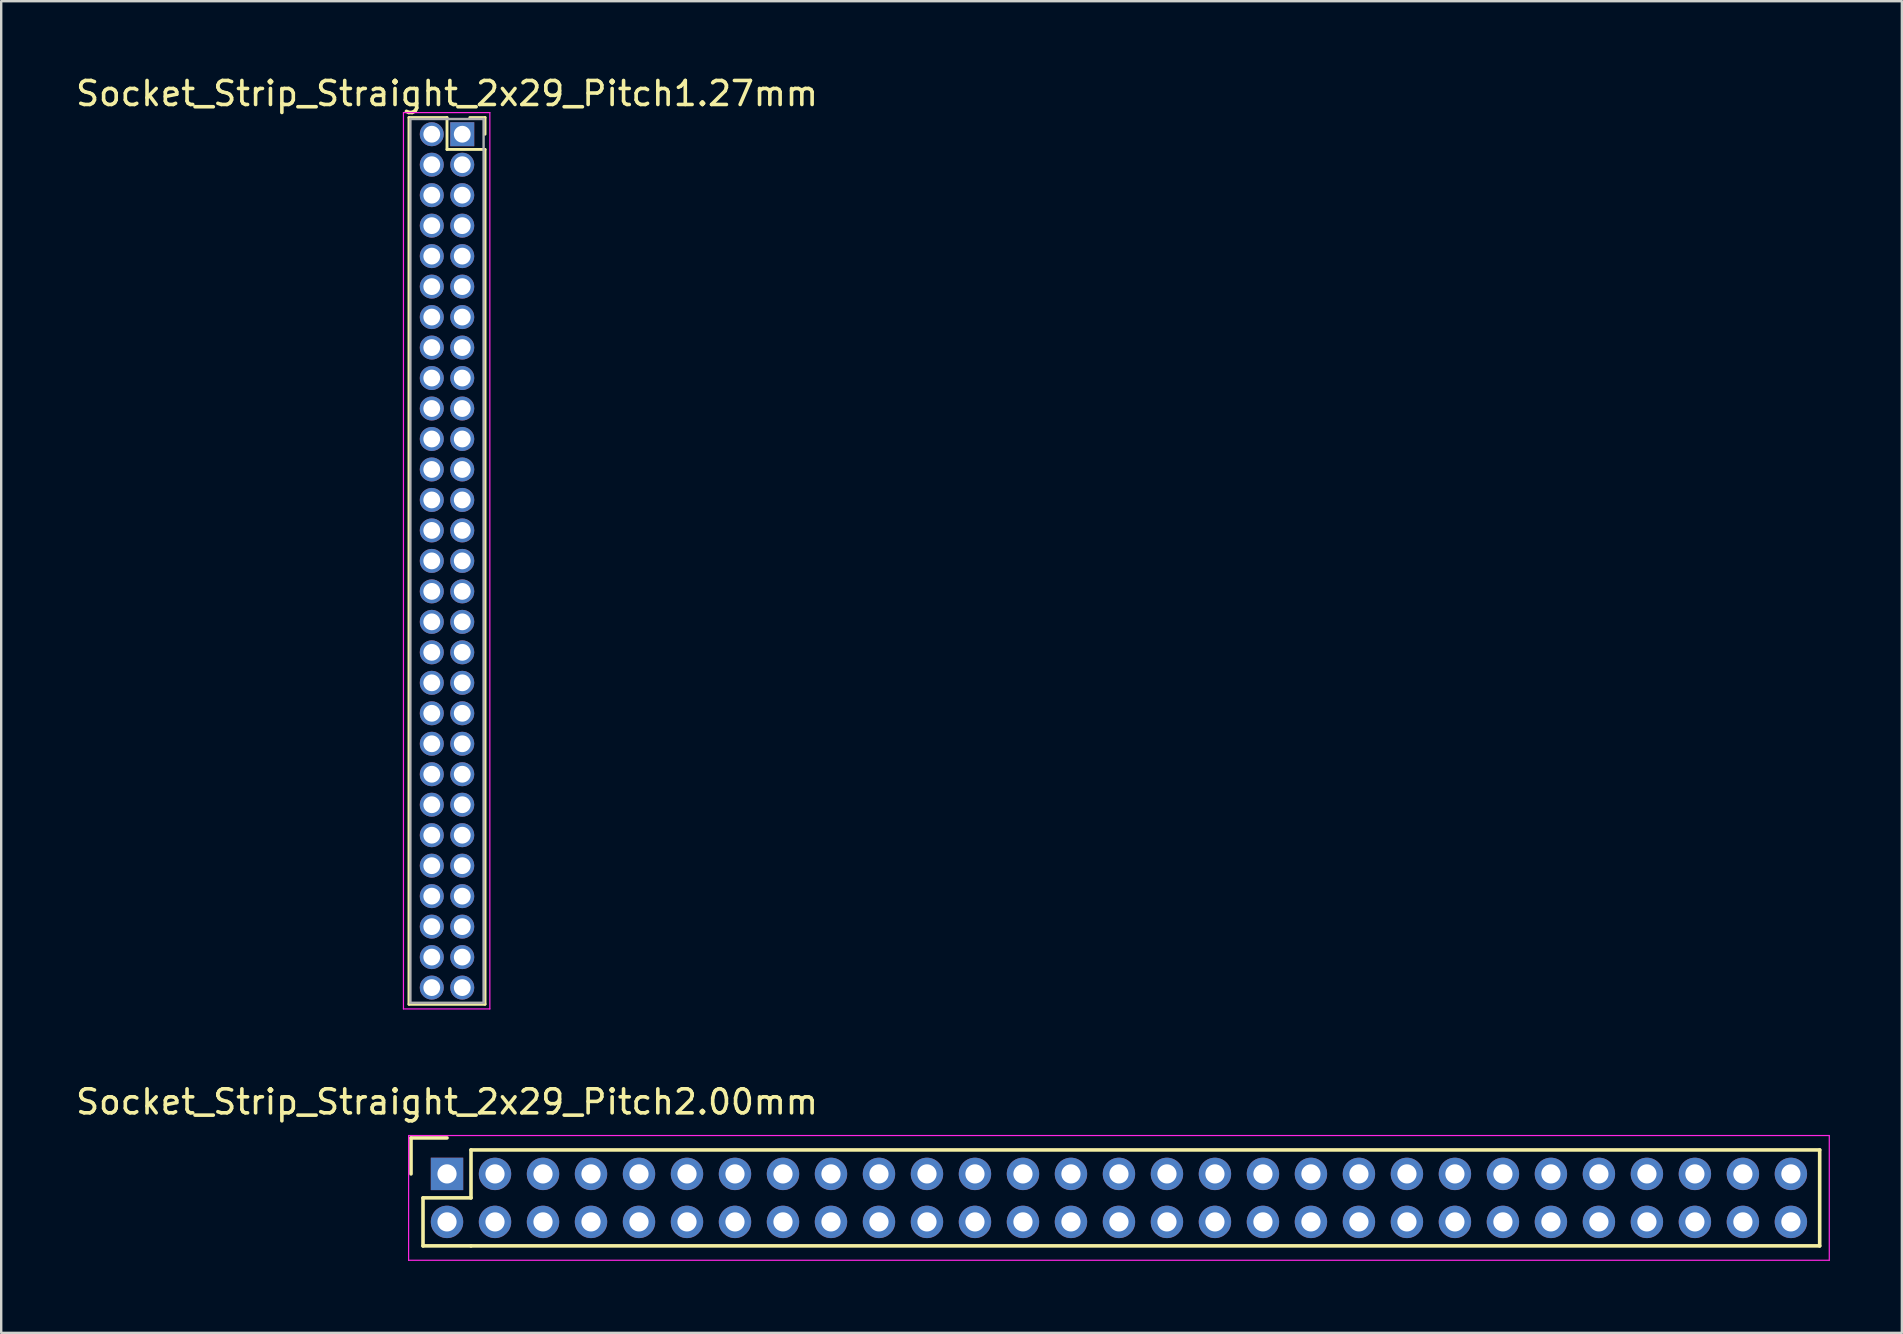
<source format=kicad_pcb>
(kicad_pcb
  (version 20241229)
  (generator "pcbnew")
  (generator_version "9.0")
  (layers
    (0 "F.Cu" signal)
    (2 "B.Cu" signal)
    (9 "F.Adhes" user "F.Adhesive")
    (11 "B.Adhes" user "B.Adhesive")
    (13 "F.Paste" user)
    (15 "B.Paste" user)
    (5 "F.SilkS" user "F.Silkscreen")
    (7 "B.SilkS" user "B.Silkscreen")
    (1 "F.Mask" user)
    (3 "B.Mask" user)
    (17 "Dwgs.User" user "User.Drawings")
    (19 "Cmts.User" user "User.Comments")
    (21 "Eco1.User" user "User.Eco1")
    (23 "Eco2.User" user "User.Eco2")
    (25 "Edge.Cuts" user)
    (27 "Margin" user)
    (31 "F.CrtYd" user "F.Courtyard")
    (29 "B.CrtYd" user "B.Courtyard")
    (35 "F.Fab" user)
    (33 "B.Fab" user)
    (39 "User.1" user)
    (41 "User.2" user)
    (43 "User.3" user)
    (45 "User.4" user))
  (footprint "Socket_Strip_Straight_2x29_Pitch2.00mm"
    (layer "F.Cu")
    (at 15.577 45.867)
    (property "Reference" "Socket_Strip_Straight_2x29_Pitch2.00mm" (at 0 -3 0) (layer "F.SilkS") (effects (font (size 1 1) (thickness 0.15))))
    (attr through_hole)
    (fp_line (start -1.5 -1.5) (end -1.5 0) (stroke (width 0.15) (type solid)) (layer "F.SilkS"))
    (fp_line (start -1 1) (end -1 3) (stroke (width 0.15) (type solid)) (layer "F.SilkS"))
    (fp_line (start -1 3) (end 1 3) (stroke (width 0.15) (type solid)) (layer "F.SilkS"))
    (fp_line (start 0 -1.5) (end -1.5 -1.5) (stroke (width 0.15) (type solid)) (layer "F.SilkS"))
    (fp_line (start 1 -1) (end 1 1) (stroke (width 0.15) (type solid)) (layer "F.SilkS"))
    (fp_line (start 1 1) (end -1 1) (stroke (width 0.15) (type solid)) (layer "F.SilkS"))
    (fp_line (start 1 3) (end 57.2 3) (stroke (width 0.15) (type solid)) (layer "F.SilkS"))
    (fp_line (start 57.2 -1) (end 1 -1) (stroke (width 0.15) (type solid)) (layer "F.SilkS"))
    (fp_line (start 57.2 3) (end 57.2 -1) (stroke (width 0.15) (type solid)) (layer "F.SilkS"))
    (fp_line (start -1.6 -1.6) (end -1.6 3.6) (stroke (width 0.05) (type solid)) (layer "F.CrtYd"))
    (fp_line (start -1.6 3.6) (end 57.6 3.6) (stroke (width 0.05) (type solid)) (layer "F.CrtYd"))
    (fp_line (start 57.6 -1.6) (end -1.6 -1.6) (stroke (width 0.05) (type solid)) (layer "F.CrtYd"))
    (fp_line (start 57.6 3.6) (end 57.6 -1.6) (stroke (width 0.05) (type solid)) (layer "F.CrtYd"))
    (pad "1" thru_hole rect (at 0 0) (size 1.35 1.35) (drill 0.8) (layers "*.Cu" "*.Mask"))
    (pad "2" thru_hole circle (at 0 2) (size 1.35 1.35) (drill 0.8) (layers "*.Cu" "*.Mask"))
    (pad "3" thru_hole circle (at 2 0) (size 1.35 1.35) (drill 0.8) (layers "*.Cu" "*.Mask"))
    (pad "4" thru_hole circle (at 2 2) (size 1.35 1.35) (drill 0.8) (layers "*.Cu" "*.Mask"))
    (pad "5" thru_hole circle (at 4 0) (size 1.35 1.35) (drill 0.8) (layers "*.Cu" "*.Mask"))
    (pad "6" thru_hole circle (at 4 2) (size 1.35 1.35) (drill 0.8) (layers "*.Cu" "*.Mask"))
    (pad "7" thru_hole circle (at 6 0) (size 1.35 1.35) (drill 0.8) (layers "*.Cu" "*.Mask"))
    (pad "8" thru_hole circle (at 6 2) (size 1.35 1.35) (drill 0.8) (layers "*.Cu" "*.Mask"))
    (pad "9" thru_hole circle (at 8 0) (size 1.35 1.35) (drill 0.8) (layers "*.Cu" "*.Mask"))
    (pad "10" thru_hole circle (at 8 2) (size 1.35 1.35) (drill 0.8) (layers "*.Cu" "*.Mask"))
    (pad "11" thru_hole circle (at 10 0) (size 1.35 1.35) (drill 0.8) (layers "*.Cu" "*.Mask"))
    (pad "12" thru_hole circle (at 10 2) (size 1.35 1.35) (drill 0.8) (layers "*.Cu" "*.Mask"))
    (pad "13" thru_hole circle (at 12 0) (size 1.35 1.35) (drill 0.8) (layers "*.Cu" "*.Mask"))
    (pad "14" thru_hole circle (at 12 2) (size 1.35 1.35) (drill 0.8) (layers "*.Cu" "*.Mask"))
    (pad "15" thru_hole circle (at 14 0) (size 1.35 1.35) (drill 0.8) (layers "*.Cu" "*.Mask"))
    (pad "16" thru_hole circle (at 14 2) (size 1.35 1.35) (drill 0.8) (layers "*.Cu" "*.Mask"))
    (pad "17" thru_hole circle (at 16 0) (size 1.35 1.35) (drill 0.8) (layers "*.Cu" "*.Mask"))
    (pad "18" thru_hole circle (at 16 2) (size 1.35 1.35) (drill 0.8) (layers "*.Cu" "*.Mask"))
    (pad "19" thru_hole circle (at 18 0) (size 1.35 1.35) (drill 0.8) (layers "*.Cu" "*.Mask"))
    (pad "20" thru_hole circle (at 18 2) (size 1.35 1.35) (drill 0.8) (layers "*.Cu" "*.Mask"))
    (pad "21" thru_hole circle (at 20 0) (size 1.35 1.35) (drill 0.8) (layers "*.Cu" "*.Mask"))
    (pad "22" thru_hole circle (at 20 2) (size 1.35 1.35) (drill 0.8) (layers "*.Cu" "*.Mask"))
    (pad "23" thru_hole circle (at 22 0) (size 1.35 1.35) (drill 0.8) (layers "*.Cu" "*.Mask"))
    (pad "24" thru_hole circle (at 22 2) (size 1.35 1.35) (drill 0.8) (layers "*.Cu" "*.Mask"))
    (pad "25" thru_hole circle (at 24 0) (size 1.35 1.35) (drill 0.8) (layers "*.Cu" "*.Mask"))
    (pad "26" thru_hole circle (at 24 2) (size 1.35 1.35) (drill 0.8) (layers "*.Cu" "*.Mask"))
    (pad "27" thru_hole circle (at 26 0) (size 1.35 1.35) (drill 0.8) (layers "*.Cu" "*.Mask"))
    (pad "28" thru_hole circle (at 26 2) (size 1.35 1.35) (drill 0.8) (layers "*.Cu" "*.Mask"))
    (pad "29" thru_hole circle (at 28 0) (size 1.35 1.35) (drill 0.8) (layers "*.Cu" "*.Mask"))
    (pad "30" thru_hole circle (at 28 2) (size 1.35 1.35) (drill 0.8) (layers "*.Cu" "*.Mask"))
    (pad "31" thru_hole circle (at 30 0) (size 1.35 1.35) (drill 0.8) (layers "*.Cu" "*.Mask"))
    (pad "32" thru_hole circle (at 30 2) (size 1.35 1.35) (drill 0.8) (layers "*.Cu" "*.Mask"))
    (pad "33" thru_hole circle (at 32 0) (size 1.35 1.35) (drill 0.8) (layers "*.Cu" "*.Mask"))
    (pad "34" thru_hole circle (at 32 2) (size 1.35 1.35) (drill 0.8) (layers "*.Cu" "*.Mask"))
    (pad "35" thru_hole circle (at 34 0) (size 1.35 1.35) (drill 0.8) (layers "*.Cu" "*.Mask"))
    (pad "36" thru_hole circle (at 34 2) (size 1.35 1.35) (drill 0.8) (layers "*.Cu" "*.Mask"))
    (pad "37" thru_hole circle (at 36 0) (size 1.35 1.35) (drill 0.8) (layers "*.Cu" "*.Mask"))
    (pad "38" thru_hole circle (at 36 2) (size 1.35 1.35) (drill 0.8) (layers "*.Cu" "*.Mask"))
    (pad "39" thru_hole circle (at 38 0) (size 1.35 1.35) (drill 0.8) (layers "*.Cu" "*.Mask"))
    (pad "40" thru_hole circle (at 38 2) (size 1.35 1.35) (drill 0.8) (layers "*.Cu" "*.Mask"))
    (pad "41" thru_hole circle (at 40 0) (size 1.35 1.35) (drill 0.8) (layers "*.Cu" "*.Mask"))
    (pad "42" thru_hole circle (at 40 2) (size 1.35 1.35) (drill 0.8) (layers "*.Cu" "*.Mask"))
    (pad "43" thru_hole circle (at 42 0) (size 1.35 1.35) (drill 0.8) (layers "*.Cu" "*.Mask"))
    (pad "44" thru_hole circle (at 42 2) (size 1.35 1.35) (drill 0.8) (layers "*.Cu" "*.Mask"))
    (pad "45" thru_hole circle (at 44 0) (size 1.35 1.35) (drill 0.8) (layers "*.Cu" "*.Mask"))
    (pad "46" thru_hole circle (at 44 2) (size 1.35 1.35) (drill 0.8) (layers "*.Cu" "*.Mask"))
    (pad "47" thru_hole circle (at 46 0) (size 1.35 1.35) (drill 0.8) (layers "*.Cu" "*.Mask"))
    (pad "48" thru_hole circle (at 46 2) (size 1.35 1.35) (drill 0.8) (layers "*.Cu" "*.Mask"))
    (pad "49" thru_hole circle (at 48 0) (size 1.35 1.35) (drill 0.8) (layers "*.Cu" "*.Mask"))
    (pad "50" thru_hole circle (at 48 2) (size 1.35 1.35) (drill 0.8) (layers "*.Cu" "*.Mask"))
    (pad "51" thru_hole circle (at 50 0) (size 1.35 1.35) (drill 0.8) (layers "*.Cu" "*.Mask"))
    (pad "52" thru_hole circle (at 50 2) (size 1.35 1.35) (drill 0.8) (layers "*.Cu" "*.Mask"))
    (pad "53" thru_hole circle (at 52 0) (size 1.35 1.35) (drill 0.8) (layers "*.Cu" "*.Mask"))
    (pad "54" thru_hole circle (at 52 2) (size 1.35 1.35) (drill 0.8) (layers "*.Cu" "*.Mask"))
    (pad "55" thru_hole circle (at 54 0) (size 1.35 1.35) (drill 0.8) (layers "*.Cu" "*.Mask"))
    (pad "56" thru_hole circle (at 54 2) (size 1.35 1.35) (drill 0.8) (layers "*.Cu" "*.Mask"))
    (pad "57" thru_hole circle (at 56 0) (size 1.35 1.35) (drill 0.8) (layers "*.Cu" "*.Mask"))
    (pad "58" thru_hole circle (at 56 2) (size 1.35 1.35) (drill 0.8) (layers "*.Cu" "*.Mask")))
  (footprint "Socket_Strip_Straight_2x29_Pitch1.27mm"
    (layer "F.Cu")
    (at 16.212 2.543)
    (property "Reference" "Socket_Strip_Straight_2x29_Pitch1.27mm" (at -0.635 -1.695 0) (layer "F.SilkS") (effects (font (size 1 1) (thickness 0.15))))
    (attr through_hole)
    (fp_line (start -2.22 -0.695) (end -0.635 -0.695) (stroke (width 0.12) (type solid)) (layer "F.SilkS"))
    (fp_line (start -2.22 36.255) (end -2.22 -0.695) (stroke (width 0.12) (type solid)) (layer "F.SilkS"))
    (fp_line (start -0.635 -0.695) (end -0.635 0.635) (stroke (width 0.12) (type solid)) (layer "F.SilkS"))
    (fp_line (start -0.635 0.635) (end 0.95 0.635) (stroke (width 0.12) (type solid)) (layer "F.SilkS"))
    (fp_line (start 0.95 -0.695) (end 0.315 -0.695) (stroke (width 0.12) (type solid)) (layer "F.SilkS"))
    (fp_line (start 0.95 0) (end 0.95 -0.695) (stroke (width 0.12) (type solid)) (layer "F.SilkS"))
    (fp_line (start 0.95 0.635) (end 0.95 36.255) (stroke (width 0.12) (type solid)) (layer "F.SilkS"))
    (fp_line (start 0.95 36.255) (end -2.22 36.255) (stroke (width 0.12) (type solid)) (layer "F.SilkS"))
    (fp_line (start -2.45 -0.9) (end -2.45 36.45) (stroke (width 0.05) (type solid)) (layer "F.CrtYd"))
    (fp_line (start -2.45 36.45) (end 1.15 36.45) (stroke (width 0.05) (type solid)) (layer "F.CrtYd"))
    (fp_line (start 1.15 -0.9) (end -2.45 -0.9) (stroke (width 0.05) (type solid)) (layer "F.CrtYd"))
    (fp_line (start 1.15 36.45) (end 1.15 -0.9) (stroke (width 0.05) (type solid)) (layer "F.CrtYd"))
    (fp_line (start -2.16 -0.635) (end -2.16 36.195) (stroke (width 0.1) (type solid)) (layer "F.Fab"))
    (fp_line (start -2.16 36.195) (end 0.89 36.195) (stroke (width 0.1) (type solid)) (layer "F.Fab"))
    (fp_line (start 0.89 -0.635) (end -2.16 -0.635) (stroke (width 0.1) (type solid)) (layer "F.Fab"))
    (fp_line (start 0.89 36.195) (end 0.89 -0.635) (stroke (width 0.1) (type solid)) (layer "F.Fab"))
    (pad "1" thru_hole rect (at 0 0) (size 1 1) (drill 0.7) (layers "*.Cu" "*.Mask"))
    (pad "2" thru_hole oval (at -1.27 0) (size 1 1) (drill 0.7) (layers "*.Cu" "*.Mask"))
    (pad "3" thru_hole oval (at 0 1.27) (size 1 1) (drill 0.7) (layers "*.Cu" "*.Mask"))
    (pad "4" thru_hole oval (at -1.27 1.27) (size 1 1) (drill 0.7) (layers "*.Cu" "*.Mask"))
    (pad "5" thru_hole oval (at 0 2.54) (size 1 1) (drill 0.7) (layers "*.Cu" "*.Mask"))
    (pad "6" thru_hole oval (at -1.27 2.54) (size 1 1) (drill 0.7) (layers "*.Cu" "*.Mask"))
    (pad "7" thru_hole oval (at 0 3.81) (size 1 1) (drill 0.7) (layers "*.Cu" "*.Mask"))
    (pad "8" thru_hole oval (at -1.27 3.81) (size 1 1) (drill 0.7) (layers "*.Cu" "*.Mask"))
    (pad "9" thru_hole oval (at 0 5.08) (size 1 1) (drill 0.7) (layers "*.Cu" "*.Mask"))
    (pad "10" thru_hole oval (at -1.27 5.08) (size 1 1) (drill 0.7) (layers "*.Cu" "*.Mask"))
    (pad "11" thru_hole oval (at 0 6.35) (size 1 1) (drill 0.7) (layers "*.Cu" "*.Mask"))
    (pad "12" thru_hole oval (at -1.27 6.35) (size 1 1) (drill 0.7) (layers "*.Cu" "*.Mask"))
    (pad "13" thru_hole oval (at 0 7.62) (size 1 1) (drill 0.7) (layers "*.Cu" "*.Mask"))
    (pad "14" thru_hole oval (at -1.27 7.62) (size 1 1) (drill 0.7) (layers "*.Cu" "*.Mask"))
    (pad "15" thru_hole oval (at 0 8.89) (size 1 1) (drill 0.7) (layers "*.Cu" "*.Mask"))
    (pad "16" thru_hole oval (at -1.27 8.89) (size 1 1) (drill 0.7) (layers "*.Cu" "*.Mask"))
    (pad "17" thru_hole oval (at 0 10.16) (size 1 1) (drill 0.7) (layers "*.Cu" "*.Mask"))
    (pad "18" thru_hole oval (at -1.27 10.16) (size 1 1) (drill 0.7) (layers "*.Cu" "*.Mask"))
    (pad "19" thru_hole oval (at 0 11.43) (size 1 1) (drill 0.7) (layers "*.Cu" "*.Mask"))
    (pad "20" thru_hole oval (at -1.27 11.43) (size 1 1) (drill 0.7) (layers "*.Cu" "*.Mask"))
    (pad "21" thru_hole oval (at 0 12.7) (size 1 1) (drill 0.7) (layers "*.Cu" "*.Mask"))
    (pad "22" thru_hole oval (at -1.27 12.7) (size 1 1) (drill 0.7) (layers "*.Cu" "*.Mask"))
    (pad "23" thru_hole oval (at 0 13.97) (size 1 1) (drill 0.7) (layers "*.Cu" "*.Mask"))
    (pad "24" thru_hole oval (at -1.27 13.97) (size 1 1) (drill 0.7) (layers "*.Cu" "*.Mask"))
    (pad "25" thru_hole oval (at 0 15.24) (size 1 1) (drill 0.7) (layers "*.Cu" "*.Mask"))
    (pad "26" thru_hole oval (at -1.27 15.24) (size 1 1) (drill 0.7) (layers "*.Cu" "*.Mask"))
    (pad "27" thru_hole oval (at 0 16.51) (size 1 1) (drill 0.7) (layers "*.Cu" "*.Mask"))
    (pad "28" thru_hole oval (at -1.27 16.51) (size 1 1) (drill 0.7) (layers "*.Cu" "*.Mask"))
    (pad "29" thru_hole oval (at 0 17.78) (size 1 1) (drill 0.7) (layers "*.Cu" "*.Mask"))
    (pad "30" thru_hole oval (at -1.27 17.78) (size 1 1) (drill 0.7) (layers "*.Cu" "*.Mask"))
    (pad "31" thru_hole oval (at 0 19.05) (size 1 1) (drill 0.7) (layers "*.Cu" "*.Mask"))
    (pad "32" thru_hole oval (at -1.27 19.05) (size 1 1) (drill 0.7) (layers "*.Cu" "*.Mask"))
    (pad "33" thru_hole oval (at 0 20.32) (size 1 1) (drill 0.7) (layers "*.Cu" "*.Mask"))
    (pad "34" thru_hole oval (at -1.27 20.32) (size 1 1) (drill 0.7) (layers "*.Cu" "*.Mask"))
    (pad "35" thru_hole oval (at 0 21.59) (size 1 1) (drill 0.7) (layers "*.Cu" "*.Mask"))
    (pad "36" thru_hole oval (at -1.27 21.59) (size 1 1) (drill 0.7) (layers "*.Cu" "*.Mask"))
    (pad "37" thru_hole oval (at 0 22.86) (size 1 1) (drill 0.7) (layers "*.Cu" "*.Mask"))
    (pad "38" thru_hole oval (at -1.27 22.86) (size 1 1) (drill 0.7) (layers "*.Cu" "*.Mask"))
    (pad "39" thru_hole oval (at 0 24.13) (size 1 1) (drill 0.7) (layers "*.Cu" "*.Mask"))
    (pad "40" thru_hole oval (at -1.27 24.13) (size 1 1) (drill 0.7) (layers "*.Cu" "*.Mask"))
    (pad "41" thru_hole oval (at 0 25.4) (size 1 1) (drill 0.7) (layers "*.Cu" "*.Mask"))
    (pad "42" thru_hole oval (at -1.27 25.4) (size 1 1) (drill 0.7) (layers "*.Cu" "*.Mask"))
    (pad "43" thru_hole oval (at 0 26.67) (size 1 1) (drill 0.7) (layers "*.Cu" "*.Mask"))
    (pad "44" thru_hole oval (at -1.27 26.67) (size 1 1) (drill 0.7) (layers "*.Cu" "*.Mask"))
    (pad "45" thru_hole oval (at 0 27.94) (size 1 1) (drill 0.7) (layers "*.Cu" "*.Mask"))
    (pad "46" thru_hole oval (at -1.27 27.94) (size 1 1) (drill 0.7) (layers "*.Cu" "*.Mask"))
    (pad "47" thru_hole oval (at 0 29.21) (size 1 1) (drill 0.7) (layers "*.Cu" "*.Mask"))
    (pad "48" thru_hole oval (at -1.27 29.21) (size 1 1) (drill 0.7) (layers "*.Cu" "*.Mask"))
    (pad "49" thru_hole oval (at 0 30.48) (size 1 1) (drill 0.7) (layers "*.Cu" "*.Mask"))
    (pad "50" thru_hole oval (at -1.27 30.48) (size 1 1) (drill 0.7) (layers "*.Cu" "*.Mask"))
    (pad "51" thru_hole oval (at 0 31.75) (size 1 1) (drill 0.7) (layers "*.Cu" "*.Mask"))
    (pad "52" thru_hole oval (at -1.27 31.75) (size 1 1) (drill 0.7) (layers "*.Cu" "*.Mask"))
    (pad "53" thru_hole oval (at 0 33.02) (size 1 1) (drill 0.7) (layers "*.Cu" "*.Mask"))
    (pad "54" thru_hole oval (at -1.27 33.02) (size 1 1) (drill 0.7) (layers "*.Cu" "*.Mask"))
    (pad "55" thru_hole oval (at 0 34.29) (size 1 1) (drill 0.7) (layers "*.Cu" "*.Mask"))
    (pad "56" thru_hole oval (at -1.27 34.29) (size 1 1) (drill 0.7) (layers "*.Cu" "*.Mask"))
    (pad "57" thru_hole oval (at 0 35.56) (size 1 1) (drill 0.7) (layers "*.Cu" "*.Mask"))
    (pad "58" thru_hole oval (at -1.27 35.56) (size 1 1) (drill 0.7) (layers "*.Cu" "*.Mask")))
  (gr_rect
    (start -3 -3)
    (end 76.202 52.492)
    (stroke (width 0.1) (type default))
    (fill no)
    (layer "Edge.Cuts")))
</source>
